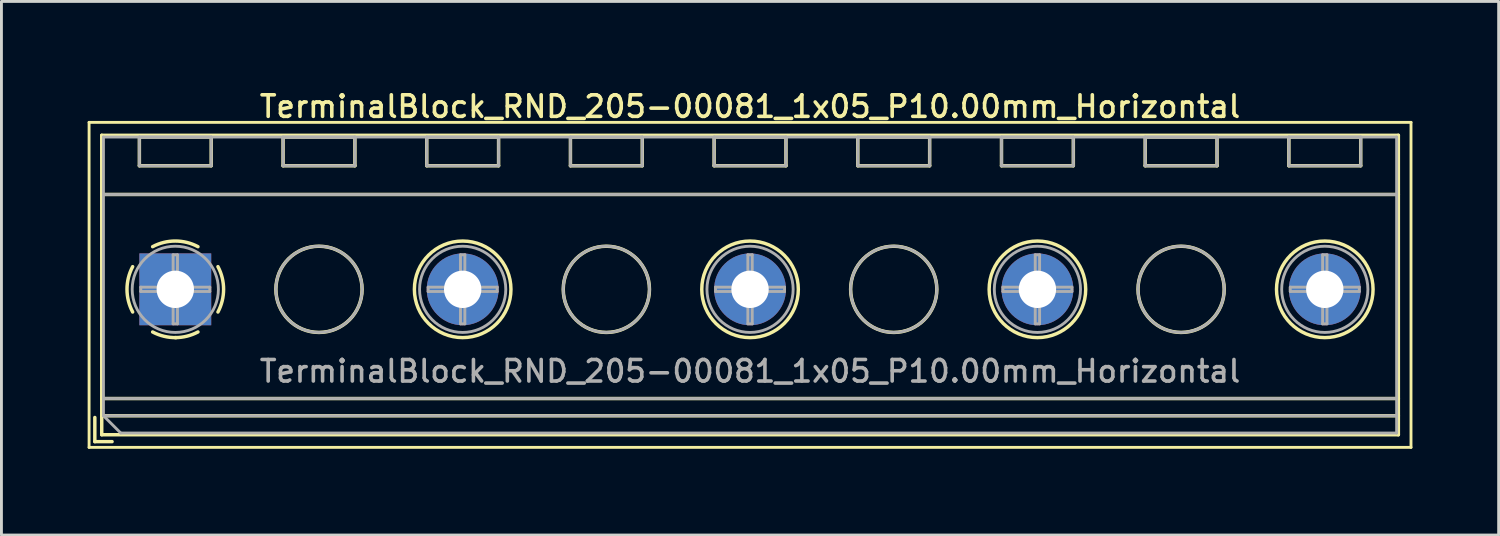
<source format=kicad_pcb>
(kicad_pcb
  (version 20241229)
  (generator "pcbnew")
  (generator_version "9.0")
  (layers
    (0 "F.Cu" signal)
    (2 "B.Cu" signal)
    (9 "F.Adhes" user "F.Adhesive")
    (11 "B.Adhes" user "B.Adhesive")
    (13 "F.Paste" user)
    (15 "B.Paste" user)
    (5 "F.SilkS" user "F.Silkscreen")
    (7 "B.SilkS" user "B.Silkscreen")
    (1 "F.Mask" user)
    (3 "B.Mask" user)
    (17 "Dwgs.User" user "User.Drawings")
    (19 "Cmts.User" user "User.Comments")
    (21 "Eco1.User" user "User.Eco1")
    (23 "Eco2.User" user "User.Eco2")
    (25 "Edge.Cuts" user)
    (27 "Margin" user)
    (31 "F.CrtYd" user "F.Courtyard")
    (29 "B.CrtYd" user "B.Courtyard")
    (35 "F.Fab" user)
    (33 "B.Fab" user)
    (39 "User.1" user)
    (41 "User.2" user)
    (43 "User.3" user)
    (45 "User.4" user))
  (footprint "TerminalBlock_RND_205-00081_1x05_P10.00mm_Horizontal"
    (layer "F.Cu")
    (at 3.05 7.018)
    (property "Reference" "TerminalBlock_RND_205-00081_1x05_P10.00mm_Horizontal" (at 20 -6.36 0) (layer "F.SilkS") (effects (font (size 0.75 0.75) (thickness 0.125))))
    (attr through_hole)
    (fp_line (start -3 -5.81) (end -3 5.5) (stroke (width 0.1) (type solid)) (layer "F.SilkS"))
    (fp_line (start -3 5.5) (end 43 5.5) (stroke (width 0.1) (type solid)) (layer "F.SilkS"))
    (fp_line (start -2.8 4.46) (end -2.8 5.3) (stroke (width 0.12) (type solid)) (layer "F.SilkS"))
    (fp_line (start -2.8 5.3) (end -2.2 5.3) (stroke (width 0.12) (type solid)) (layer "F.SilkS"))
    (fp_line (start -2.56 -5.36) (end -2.56 5.06) (stroke (width 0.12) (type solid)) (layer "F.SilkS"))
    (fp_line (start -2.56 -5.36) (end 42.56 -5.36) (stroke (width 0.12) (type solid)) (layer "F.SilkS"))
    (fp_line (start -2.56 -3.301) (end 42.56 -3.301) (stroke (width 0.12) (type solid)) (layer "F.SilkS"))
    (fp_line (start -2.56 3.8) (end 42.56 3.8) (stroke (width 0.12) (type solid)) (layer "F.SilkS"))
    (fp_line (start -2.56 4.4) (end 42.56 4.4) (stroke (width 0.12) (type solid)) (layer "F.SilkS"))
    (fp_line (start -2.56 5.06) (end 42.56 5.06) (stroke (width 0.12) (type solid)) (layer "F.SilkS"))
    (fp_line (start -1.25 -5.301) (end -1.25 -4.301) (stroke (width 0.12) (type solid)) (layer "F.SilkS"))
    (fp_line (start -1.25 -5.301) (end 1.25 -5.301) (stroke (width 0.12) (type solid)) (layer "F.SilkS"))
    (fp_line (start -1.25 -4.301) (end 1.25 -4.301) (stroke (width 0.12) (type solid)) (layer "F.SilkS"))
    (fp_line (start 1.25 -5.301) (end 1.25 -4.301) (stroke (width 0.12) (type solid)) (layer "F.SilkS"))
    (fp_line (start 3.75 -5.301) (end 3.75 -4.301) (stroke (width 0.12) (type solid)) (layer "F.SilkS"))
    (fp_line (start 3.75 -5.301) (end 6.25 -5.301) (stroke (width 0.12) (type solid)) (layer "F.SilkS"))
    (fp_line (start 3.75 -4.301) (end 6.25 -4.301) (stroke (width 0.12) (type solid)) (layer "F.SilkS"))
    (fp_line (start 6.25 -5.301) (end 6.25 -4.301) (stroke (width 0.12) (type solid)) (layer "F.SilkS"))
    (fp_line (start 8.75 -5.301) (end 8.75 -4.301) (stroke (width 0.12) (type solid)) (layer "F.SilkS"))
    (fp_line (start 8.75 -5.301) (end 11.25 -5.301) (stroke (width 0.12) (type solid)) (layer "F.SilkS"))
    (fp_line (start 8.75 -4.301) (end 11.25 -4.301) (stroke (width 0.12) (type solid)) (layer "F.SilkS"))
    (fp_line (start 11.25 -5.301) (end 11.25 -4.301) (stroke (width 0.12) (type solid)) (layer "F.SilkS"))
    (fp_line (start 13.75 -5.301) (end 13.75 -4.301) (stroke (width 0.12) (type solid)) (layer "F.SilkS"))
    (fp_line (start 13.75 -5.301) (end 16.25 -5.301) (stroke (width 0.12) (type solid)) (layer "F.SilkS"))
    (fp_line (start 13.75 -4.301) (end 16.25 -4.301) (stroke (width 0.12) (type solid)) (layer "F.SilkS"))
    (fp_line (start 16.25 -5.301) (end 16.25 -4.301) (stroke (width 0.12) (type solid)) (layer "F.SilkS"))
    (fp_line (start 18.75 -5.301) (end 18.75 -4.301) (stroke (width 0.12) (type solid)) (layer "F.SilkS"))
    (fp_line (start 18.75 -5.301) (end 21.25 -5.301) (stroke (width 0.12) (type solid)) (layer "F.SilkS"))
    (fp_line (start 18.75 -4.301) (end 21.25 -4.301) (stroke (width 0.12) (type solid)) (layer "F.SilkS"))
    (fp_line (start 21.25 -5.301) (end 21.25 -4.301) (stroke (width 0.12) (type solid)) (layer "F.SilkS"))
    (fp_line (start 23.75 -5.301) (end 23.75 -4.301) (stroke (width 0.12) (type solid)) (layer "F.SilkS"))
    (fp_line (start 23.75 -5.301) (end 26.25 -5.301) (stroke (width 0.12) (type solid)) (layer "F.SilkS"))
    (fp_line (start 23.75 -4.301) (end 26.25 -4.301) (stroke (width 0.12) (type solid)) (layer "F.SilkS"))
    (fp_line (start 26.25 -5.301) (end 26.25 -4.301) (stroke (width 0.12) (type solid)) (layer "F.SilkS"))
    (fp_line (start 28.75 -5.301) (end 28.75 -4.301) (stroke (width 0.12) (type solid)) (layer "F.SilkS"))
    (fp_line (start 28.75 -5.301) (end 31.25 -5.301) (stroke (width 0.12) (type solid)) (layer "F.SilkS"))
    (fp_line (start 28.75 -4.301) (end 31.25 -4.301) (stroke (width 0.12) (type solid)) (layer "F.SilkS"))
    (fp_line (start 31.25 -5.301) (end 31.25 -4.301) (stroke (width 0.12) (type solid)) (layer "F.SilkS"))
    (fp_line (start 33.75 -5.301) (end 33.75 -4.301) (stroke (width 0.12) (type solid)) (layer "F.SilkS"))
    (fp_line (start 33.75 -5.301) (end 36.25 -5.301) (stroke (width 0.12) (type solid)) (layer "F.SilkS"))
    (fp_line (start 33.75 -4.301) (end 36.25 -4.301) (stroke (width 0.12) (type solid)) (layer "F.SilkS"))
    (fp_line (start 36.25 -5.301) (end 36.25 -4.301) (stroke (width 0.12) (type solid)) (layer "F.SilkS"))
    (fp_line (start 38.75 -5.301) (end 38.75 -4.301) (stroke (width 0.12) (type solid)) (layer "F.SilkS"))
    (fp_line (start 38.75 -5.301) (end 41.25 -5.301) (stroke (width 0.12) (type solid)) (layer "F.SilkS"))
    (fp_line (start 38.75 -4.301) (end 41.25 -4.301) (stroke (width 0.12) (type solid)) (layer "F.SilkS"))
    (fp_line (start 41.25 -5.301) (end 41.25 -4.301) (stroke (width 0.12) (type solid)) (layer "F.SilkS"))
    (fp_line (start 42.56 -5.36) (end 42.56 5.06) (stroke (width 0.12) (type solid)) (layer "F.SilkS"))
    (fp_line (start 43 -5.81) (end -3 -5.81) (stroke (width 0.1) (type solid)) (layer "F.SilkS"))
    (fp_line (start 43 5.5) (end 43 -5.81) (stroke (width 0.1) (type solid)) (layer "F.SilkS"))
    (fp_arc (start -1.483953 0.789089) (mid -1.680708 0.00005) (end -1.484 -0.789) (stroke (width 0.12) (type solid)) (layer "F.SilkS"))
    (fp_arc (start -0.789089 -1.483953) (mid -0.00005 -1.680708) (end 0.789 -1.484) (stroke (width 0.12) (type solid)) (layer "F.SilkS"))
    (fp_arc (start 0.029383 1.68045) (mid -0.392304 1.634281) (end -0.789 1.484) (stroke (width 0.12) (type solid)) (layer "F.SilkS"))
    (fp_arc (start 0.788712 1.483352) (mid 0.406429 1.630097) (end 0 1.68) (stroke (width 0.12) (type solid)) (layer "F.SilkS"))
    (fp_arc (start 1.483953 -0.789089) (mid 1.680708 -0.00005) (end 1.484 0.789) (stroke (width 0.12) (type solid)) (layer "F.SilkS"))
    (fp_circle (center 5 0) (end 6.5 0) (stroke (width 0.12) (type solid)) (fill no) (layer "F.SilkS"))
    (fp_circle (center 10 0) (end 11.68 0) (stroke (width 0.12) (type solid)) (fill no) (layer "F.SilkS"))
    (fp_circle (center 15 0) (end 16.5 0) (stroke (width 0.12) (type solid)) (fill no) (layer "F.SilkS"))
    (fp_circle (center 20 0) (end 21.68 0) (stroke (width 0.12) (type solid)) (fill no) (layer "F.SilkS"))
    (fp_circle (center 25 0) (end 26.5 0) (stroke (width 0.12) (type solid)) (fill no) (layer "F.SilkS"))
    (fp_circle (center 30 0) (end 31.68 0) (stroke (width 0.12) (type solid)) (fill no) (layer "F.SilkS"))
    (fp_circle (center 35 0) (end 36.5 0) (stroke (width 0.12) (type solid)) (fill no) (layer "F.SilkS"))
    (fp_circle (center 40 0) (end 41.68 0) (stroke (width 0.12) (type solid)) (fill no) (layer "F.SilkS"))
    (fp_line (start -2.5 -5.3) (end 42.5 -5.3) (stroke (width 0.1) (type solid)) (layer "F.Fab"))
    (fp_line (start -2.5 -3.3) (end 42.5 -3.3) (stroke (width 0.1) (type solid)) (layer "F.Fab"))
    (fp_line (start -2.5 3.8) (end 42.5 3.8) (stroke (width 0.1) (type solid)) (layer "F.Fab"))
    (fp_line (start -2.5 4.4) (end -2.5 -5.3) (stroke (width 0.1) (type solid)) (layer "F.Fab"))
    (fp_line (start -2.5 4.4) (end 42.5 4.4) (stroke (width 0.1) (type solid)) (layer "F.Fab"))
    (fp_line (start -1.9 5) (end -2.5 4.4) (stroke (width 0.1) (type solid)) (layer "F.Fab"))
    (fp_line (start -1.25 -5.3) (end -1.25 -4.3) (stroke (width 0.1) (type solid)) (layer "F.Fab"))
    (fp_line (start -1.25 -4.3) (end 1.25 -4.3) (stroke (width 0.1) (type solid)) (layer "F.Fab"))
    (fp_line (start -1.201 -0.076) (end -0.076 -0.076) (stroke (width 0.1) (type solid)) (layer "F.Fab"))
    (fp_line (start -1.201 0.076) (end -1.201 -0.076) (stroke (width 0.1) (type solid)) (layer "F.Fab"))
    (fp_line (start -0.076 -1.201) (end 0.076 -1.201) (stroke (width 0.1) (type solid)) (layer "F.Fab"))
    (fp_line (start -0.076 -0.076) (end -0.076 -1.201) (stroke (width 0.1) (type solid)) (layer "F.Fab"))
    (fp_line (start -0.076 0.076) (end -1.201 0.076) (stroke (width 0.1) (type solid)) (layer "F.Fab"))
    (fp_line (start -0.076 1.201) (end -0.076 0.076) (stroke (width 0.1) (type solid)) (layer "F.Fab"))
    (fp_line (start 0.076 -1.201) (end 0.076 -0.076) (stroke (width 0.1) (type solid)) (layer "F.Fab"))
    (fp_line (start 0.076 -0.076) (end 1.201 -0.076) (stroke (width 0.1) (type solid)) (layer "F.Fab"))
    (fp_line (start 0.076 0.076) (end 0.076 1.201) (stroke (width 0.1) (type solid)) (layer "F.Fab"))
    (fp_line (start 0.076 1.201) (end -0.076 1.201) (stroke (width 0.1) (type solid)) (layer "F.Fab"))
    (fp_line (start 1.201 -0.076) (end 1.201 0.076) (stroke (width 0.1) (type solid)) (layer "F.Fab"))
    (fp_line (start 1.201 0.076) (end 0.076 0.076) (stroke (width 0.1) (type solid)) (layer "F.Fab"))
    (fp_line (start 1.25 -5.3) (end -1.25 -5.3) (stroke (width 0.1) (type solid)) (layer "F.Fab"))
    (fp_line (start 1.25 -4.3) (end 1.25 -5.3) (stroke (width 0.1) (type solid)) (layer "F.Fab"))
    (fp_line (start 3.75 -5.3) (end 3.75 -4.3) (stroke (width 0.1) (type solid)) (layer "F.Fab"))
    (fp_line (start 3.75 -4.3) (end 6.25 -4.3) (stroke (width 0.1) (type solid)) (layer "F.Fab"))
    (fp_line (start 6.25 -5.3) (end 3.75 -5.3) (stroke (width 0.1) (type solid)) (layer "F.Fab"))
    (fp_line (start 6.25 -4.3) (end 6.25 -5.3) (stroke (width 0.1) (type solid)) (layer "F.Fab"))
    (fp_line (start 8.75 -5.3) (end 8.75 -4.3) (stroke (width 0.1) (type solid)) (layer "F.Fab"))
    (fp_line (start 8.75 -4.3) (end 11.25 -4.3) (stroke (width 0.1) (type solid)) (layer "F.Fab"))
    (fp_line (start 8.799 -0.076) (end 9.924 -0.076) (stroke (width 0.1) (type solid)) (layer "F.Fab"))
    (fp_line (start 8.799 0.076) (end 8.799 -0.076) (stroke (width 0.1) (type solid)) (layer "F.Fab"))
    (fp_line (start 9.924 -1.201) (end 10.076 -1.201) (stroke (width 0.1) (type solid)) (layer "F.Fab"))
    (fp_line (start 9.924 -0.076) (end 9.924 -1.201) (stroke (width 0.1) (type solid)) (layer "F.Fab"))
    (fp_line (start 9.924 0.076) (end 8.799 0.076) (stroke (width 0.1) (type solid)) (layer "F.Fab"))
    (fp_line (start 9.924 1.201) (end 9.924 0.076) (stroke (width 0.1) (type solid)) (layer "F.Fab"))
    (fp_line (start 10.076 -1.201) (end 10.076 -0.076) (stroke (width 0.1) (type solid)) (layer "F.Fab"))
    (fp_line (start 10.076 -0.076) (end 11.201 -0.076) (stroke (width 0.1) (type solid)) (layer "F.Fab"))
    (fp_line (start 10.076 0.076) (end 10.076 1.201) (stroke (width 0.1) (type solid)) (layer "F.Fab"))
    (fp_line (start 10.076 1.201) (end 9.924 1.201) (stroke (width 0.1) (type solid)) (layer "F.Fab"))
    (fp_line (start 11.201 -0.076) (end 11.201 0.076) (stroke (width 0.1) (type solid)) (layer "F.Fab"))
    (fp_line (start 11.201 0.076) (end 10.076 0.076) (stroke (width 0.1) (type solid)) (layer "F.Fab"))
    (fp_line (start 11.25 -5.3) (end 8.75 -5.3) (stroke (width 0.1) (type solid)) (layer "F.Fab"))
    (fp_line (start 11.25 -4.3) (end 11.25 -5.3) (stroke (width 0.1) (type solid)) (layer "F.Fab"))
    (fp_line (start 13.75 -5.3) (end 13.75 -4.3) (stroke (width 0.1) (type solid)) (layer "F.Fab"))
    (fp_line (start 13.75 -4.3) (end 16.25 -4.3) (stroke (width 0.1) (type solid)) (layer "F.Fab"))
    (fp_line (start 16.25 -5.3) (end 13.75 -5.3) (stroke (width 0.1) (type solid)) (layer "F.Fab"))
    (fp_line (start 16.25 -4.3) (end 16.25 -5.3) (stroke (width 0.1) (type solid)) (layer "F.Fab"))
    (fp_line (start 18.75 -5.3) (end 18.75 -4.3) (stroke (width 0.1) (type solid)) (layer "F.Fab"))
    (fp_line (start 18.75 -4.3) (end 21.25 -4.3) (stroke (width 0.1) (type solid)) (layer "F.Fab"))
    (fp_line (start 18.799 -0.076) (end 19.924 -0.076) (stroke (width 0.1) (type solid)) (layer "F.Fab"))
    (fp_line (start 18.799 0.076) (end 18.799 -0.076) (stroke (width 0.1) (type solid)) (layer "F.Fab"))
    (fp_line (start 19.924 -1.201) (end 20.076 -1.201) (stroke (width 0.1) (type solid)) (layer "F.Fab"))
    (fp_line (start 19.924 -0.076) (end 19.924 -1.201) (stroke (width 0.1) (type solid)) (layer "F.Fab"))
    (fp_line (start 19.924 0.076) (end 18.799 0.076) (stroke (width 0.1) (type solid)) (layer "F.Fab"))
    (fp_line (start 19.924 1.201) (end 19.924 0.076) (stroke (width 0.1) (type solid)) (layer "F.Fab"))
    (fp_line (start 20.076 -1.201) (end 20.076 -0.076) (stroke (width 0.1) (type solid)) (layer "F.Fab"))
    (fp_line (start 20.076 -0.076) (end 21.201 -0.076) (stroke (width 0.1) (type solid)) (layer "F.Fab"))
    (fp_line (start 20.076 0.076) (end 20.076 1.201) (stroke (width 0.1) (type solid)) (layer "F.Fab"))
    (fp_line (start 20.076 1.201) (end 19.924 1.201) (stroke (width 0.1) (type solid)) (layer "F.Fab"))
    (fp_line (start 21.201 -0.076) (end 21.201 0.076) (stroke (width 0.1) (type solid)) (layer "F.Fab"))
    (fp_line (start 21.201 0.076) (end 20.076 0.076) (stroke (width 0.1) (type solid)) (layer "F.Fab"))
    (fp_line (start 21.25 -5.3) (end 18.75 -5.3) (stroke (width 0.1) (type solid)) (layer "F.Fab"))
    (fp_line (start 21.25 -4.3) (end 21.25 -5.3) (stroke (width 0.1) (type solid)) (layer "F.Fab"))
    (fp_line (start 23.75 -5.3) (end 23.75 -4.3) (stroke (width 0.1) (type solid)) (layer "F.Fab"))
    (fp_line (start 23.75 -4.3) (end 26.25 -4.3) (stroke (width 0.1) (type solid)) (layer "F.Fab"))
    (fp_line (start 26.25 -5.3) (end 23.75 -5.3) (stroke (width 0.1) (type solid)) (layer "F.Fab"))
    (fp_line (start 26.25 -4.3) (end 26.25 -5.3) (stroke (width 0.1) (type solid)) (layer "F.Fab"))
    (fp_line (start 28.75 -5.3) (end 28.75 -4.3) (stroke (width 0.1) (type solid)) (layer "F.Fab"))
    (fp_line (start 28.75 -4.3) (end 31.25 -4.3) (stroke (width 0.1) (type solid)) (layer "F.Fab"))
    (fp_line (start 28.799 -0.076) (end 29.924 -0.076) (stroke (width 0.1) (type solid)) (layer "F.Fab"))
    (fp_line (start 28.799 0.076) (end 28.799 -0.076) (stroke (width 0.1) (type solid)) (layer "F.Fab"))
    (fp_line (start 29.924 -1.201) (end 30.076 -1.201) (stroke (width 0.1) (type solid)) (layer "F.Fab"))
    (fp_line (start 29.924 -0.076) (end 29.924 -1.201) (stroke (width 0.1) (type solid)) (layer "F.Fab"))
    (fp_line (start 29.924 0.076) (end 28.799 0.076) (stroke (width 0.1) (type solid)) (layer "F.Fab"))
    (fp_line (start 29.924 1.201) (end 29.924 0.076) (stroke (width 0.1) (type solid)) (layer "F.Fab"))
    (fp_line (start 30.076 -1.201) (end 30.076 -0.076) (stroke (width 0.1) (type solid)) (layer "F.Fab"))
    (fp_line (start 30.076 -0.076) (end 31.201 -0.076) (stroke (width 0.1) (type solid)) (layer "F.Fab"))
    (fp_line (start 30.076 0.076) (end 30.076 1.201) (stroke (width 0.1) (type solid)) (layer "F.Fab"))
    (fp_line (start 30.076 1.201) (end 29.924 1.201) (stroke (width 0.1) (type solid)) (layer "F.Fab"))
    (fp_line (start 31.201 -0.076) (end 31.201 0.076) (stroke (width 0.1) (type solid)) (layer "F.Fab"))
    (fp_line (start 31.201 0.076) (end 30.076 0.076) (stroke (width 0.1) (type solid)) (layer "F.Fab"))
    (fp_line (start 31.25 -5.3) (end 28.75 -5.3) (stroke (width 0.1) (type solid)) (layer "F.Fab"))
    (fp_line (start 31.25 -4.3) (end 31.25 -5.3) (stroke (width 0.1) (type solid)) (layer "F.Fab"))
    (fp_line (start 33.75 -5.3) (end 33.75 -4.3) (stroke (width 0.1) (type solid)) (layer "F.Fab"))
    (fp_line (start 33.75 -4.3) (end 36.25 -4.3) (stroke (width 0.1) (type solid)) (layer "F.Fab"))
    (fp_line (start 36.25 -5.3) (end 33.75 -5.3) (stroke (width 0.1) (type solid)) (layer "F.Fab"))
    (fp_line (start 36.25 -4.3) (end 36.25 -5.3) (stroke (width 0.1) (type solid)) (layer "F.Fab"))
    (fp_line (start 38.75 -5.3) (end 38.75 -4.3) (stroke (width 0.1) (type solid)) (layer "F.Fab"))
    (fp_line (start 38.75 -4.3) (end 41.25 -4.3) (stroke (width 0.1) (type solid)) (layer "F.Fab"))
    (fp_line (start 38.799 -0.076) (end 39.924 -0.076) (stroke (width 0.1) (type solid)) (layer "F.Fab"))
    (fp_line (start 38.799 0.076) (end 38.799 -0.076) (stroke (width 0.1) (type solid)) (layer "F.Fab"))
    (fp_line (start 39.924 -1.201) (end 40.076 -1.201) (stroke (width 0.1) (type solid)) (layer "F.Fab"))
    (fp_line (start 39.924 -0.076) (end 39.924 -1.201) (stroke (width 0.1) (type solid)) (layer "F.Fab"))
    (fp_line (start 39.924 0.076) (end 38.799 0.076) (stroke (width 0.1) (type solid)) (layer "F.Fab"))
    (fp_line (start 39.924 1.201) (end 39.924 0.076) (stroke (width 0.1) (type solid)) (layer "F.Fab"))
    (fp_line (start 40.076 -1.201) (end 40.076 -0.076) (stroke (width 0.1) (type solid)) (layer "F.Fab"))
    (fp_line (start 40.076 -0.076) (end 41.201 -0.076) (stroke (width 0.1) (type solid)) (layer "F.Fab"))
    (fp_line (start 40.076 0.076) (end 40.076 1.201) (stroke (width 0.1) (type solid)) (layer "F.Fab"))
    (fp_line (start 40.076 1.201) (end 39.924 1.201) (stroke (width 0.1) (type solid)) (layer "F.Fab"))
    (fp_line (start 41.201 -0.076) (end 41.201 0.076) (stroke (width 0.1) (type solid)) (layer "F.Fab"))
    (fp_line (start 41.201 0.076) (end 40.076 0.076) (stroke (width 0.1) (type solid)) (layer "F.Fab"))
    (fp_line (start 41.25 -5.3) (end 38.75 -5.3) (stroke (width 0.1) (type solid)) (layer "F.Fab"))
    (fp_line (start 41.25 -4.3) (end 41.25 -5.3) (stroke (width 0.1) (type solid)) (layer "F.Fab"))
    (fp_line (start 42.5 -5.3) (end 42.5 5) (stroke (width 0.1) (type solid)) (layer "F.Fab"))
    (fp_line (start 42.5 5) (end -1.9 5) (stroke (width 0.1) (type solid)) (layer "F.Fab"))
    (fp_circle (center 0 0) (end 1.5 0) (stroke (width 0.1) (type solid)) (fill no) (layer "F.Fab"))
    (fp_circle (center 5 0) (end 6.5 0) (stroke (width 0.1) (type solid)) (fill no) (layer "F.Fab"))
    (fp_circle (center 10 0) (end 11.5 0) (stroke (width 0.1) (type solid)) (fill no) (layer "F.Fab"))
    (fp_circle (center 15 0) (end 16.5 0) (stroke (width 0.1) (type solid)) (fill no) (layer "F.Fab"))
    (fp_circle (center 20 0) (end 21.5 0) (stroke (width 0.1) (type solid)) (fill no) (layer "F.Fab"))
    (fp_circle (center 25 0) (end 26.5 0) (stroke (width 0.1) (type solid)) (fill no) (layer "F.Fab"))
    (fp_circle (center 30 0) (end 31.5 0) (stroke (width 0.1) (type solid)) (fill no) (layer "F.Fab"))
    (fp_circle (center 35 0) (end 36.5 0) (stroke (width 0.1) (type solid)) (fill no) (layer "F.Fab"))
    (fp_circle (center 40 0) (end 41.5 0) (stroke (width 0.1) (type solid)) (fill no) (layer "F.Fab"))
    (fp_text user "${REFERENCE}" (at 20 2.85 0) (layer "F.Fab") (effects (font (size 0.75 0.75) (thickness 0.125))))
    (pad "1" thru_hole rect (at 0 0) (size 2.5 2.5) (drill 1.3) (layers "*.Cu" "*.Mask"))
    (pad "2" thru_hole circle (at 10 0) (size 2.5 2.5) (drill 1.3) (layers "*.Cu" "*.Mask"))
    (pad "3" thru_hole circle (at 20 0) (size 2.5 2.5) (drill 1.3) (layers "*.Cu" "*.Mask"))
    (pad "4" thru_hole circle (at 30 0) (size 2.5 2.5) (drill 1.3) (layers "*.Cu" "*.Mask"))
    (pad "5" thru_hole circle (at 40 0) (size 2.5 2.5) (drill 1.3) (layers "*.Cu" "*.Mask")))
  (gr_rect
    (start -3 -3)
    (end 49.1 15.568)
    (stroke (width 0.1) (type default))
    (fill no)
    (layer "Edge.Cuts")))
</source>
